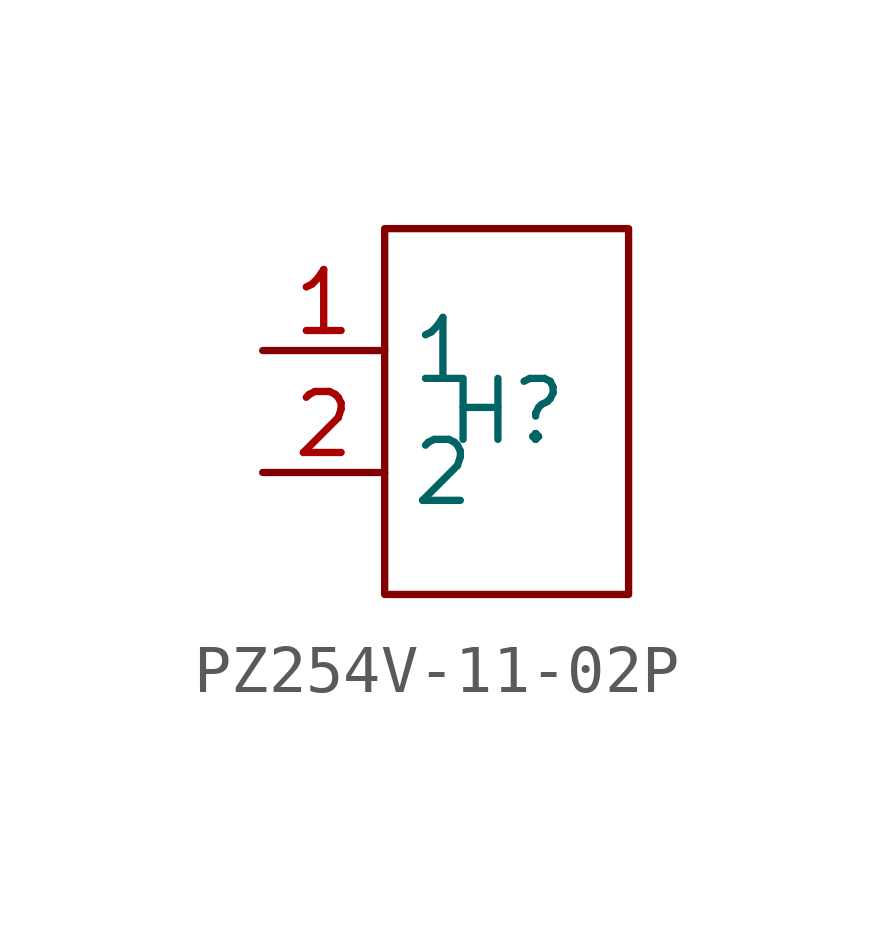
<source format=kicad_sym>
(kicad_symbol_lib
  (version 20241209)
  (generator "kicad_symbol_editor")
  (generator_version "9.0")
  (symbol "PZ254V-11-02P"
    (property "Reference" "H"
      (at 0 0 0)
      (effects (font (size 1.27 1.27))))
    (property "Value" ""
      (at 0 0 0)
      (effects (font (size 1.27 1.27))))
    (symbol "PZ254V-11-02P_1_0"
      (rectangle (start -2.54 3.81) (end 2.54 -3.81) (stroke (width 0) (type default)) (fill (type none)))
      (pin unspecified line (at -5.08 1.27 0) (length 2.54) (name "1" (effects (font (size 1.27 1.27)))) (number "1" (effects (font (size 1.27 1.27)))))
      (pin unspecified line (at -5.08 -1.27 0) (length 2.54) (name "2" (effects (font (size 1.27 1.27)))) (number "2" (effects (font (size 1.27 1.27))))))))
</source>
